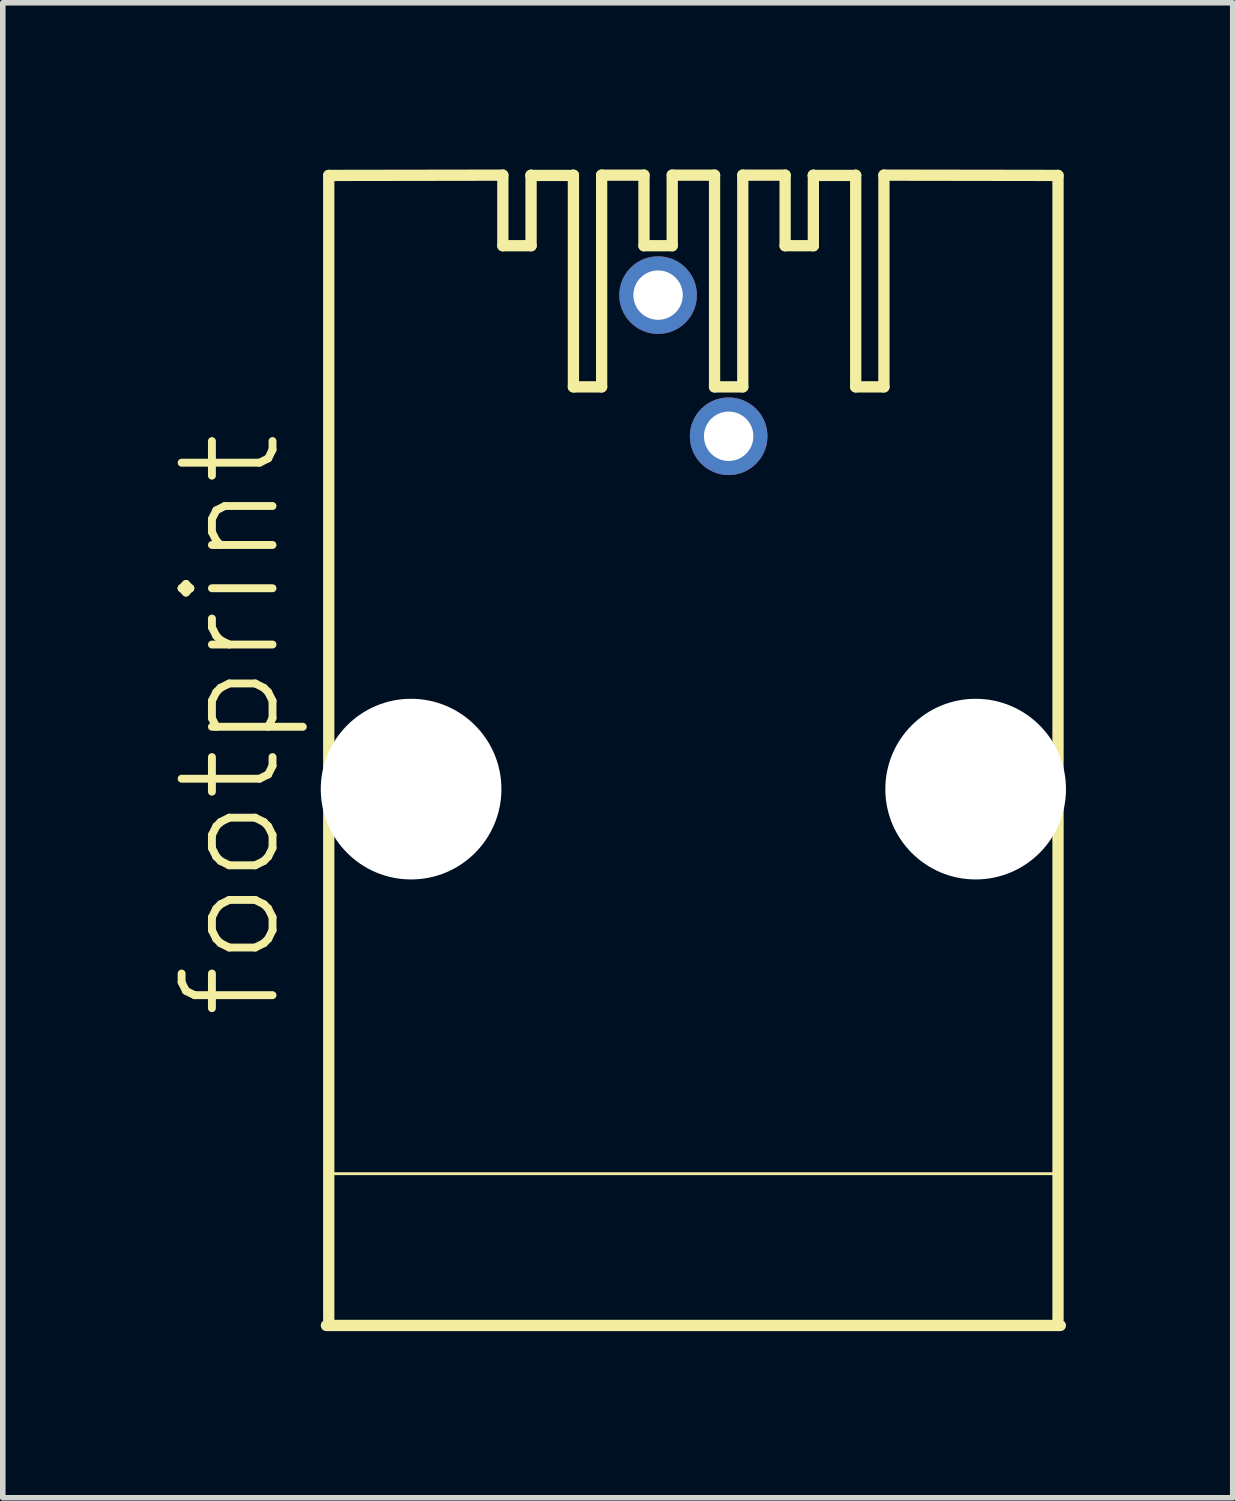
<source format=kicad_pcb>
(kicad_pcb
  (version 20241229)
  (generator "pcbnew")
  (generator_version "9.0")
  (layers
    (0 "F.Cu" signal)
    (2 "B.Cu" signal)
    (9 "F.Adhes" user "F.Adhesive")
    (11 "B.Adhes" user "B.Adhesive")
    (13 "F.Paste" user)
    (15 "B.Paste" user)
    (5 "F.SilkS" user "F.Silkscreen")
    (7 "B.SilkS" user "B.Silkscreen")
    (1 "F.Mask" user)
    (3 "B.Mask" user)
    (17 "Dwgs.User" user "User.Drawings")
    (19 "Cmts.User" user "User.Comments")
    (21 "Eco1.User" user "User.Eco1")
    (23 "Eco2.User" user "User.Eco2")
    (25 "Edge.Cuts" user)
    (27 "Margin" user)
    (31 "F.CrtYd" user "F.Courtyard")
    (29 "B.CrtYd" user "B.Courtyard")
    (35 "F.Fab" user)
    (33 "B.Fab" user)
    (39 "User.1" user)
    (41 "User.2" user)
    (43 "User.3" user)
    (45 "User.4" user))
  (footprint "footprint"
    (layer "F.Cu")
    (at 9.428 11.151)
    (property "Reference" "footprint" (at -7.366 4.191 90) (layer "F.SilkS") (effects (font (size 1.636 1.636) (thickness 0.142)) (justify left bottom)))
    (fp_line (start -6.562 -11.044) (end -3.429 -11.049) (stroke (width 0.203) (type solid)) (layer "F.SilkS"))
    (fp_line (start -6.562 9.538) (end -6.562 -11.044) (stroke (width 0.203) (type solid)) (layer "F.SilkS"))
    (fp_line (start -6.54 6.921) (end 6.54 6.921) (stroke (width 0.051) (type solid)) (layer "F.SilkS"))
    (fp_line (start -3.429 -11.049) (end -3.429 -9.779) (stroke (width 0.203) (type solid)) (layer "F.SilkS"))
    (fp_line (start -3.429 -9.779) (end -2.921 -9.779) (stroke (width 0.203) (type solid)) (layer "F.SilkS"))
    (fp_line (start -2.921 -11.049) (end -2.921 -11.044) (stroke (width 0.203) (type solid)) (layer "F.SilkS"))
    (fp_line (start -2.921 -11.044) (end -2.921 -9.779) (stroke (width 0.203) (type solid)) (layer "F.SilkS"))
    (fp_line (start -2.921 -11.044) (end -2.159 -11.044) (stroke (width 0.203) (type solid)) (layer "F.SilkS"))
    (fp_line (start -2.159 -11.049) (end -2.159 -11.044) (stroke (width 0.203) (type solid)) (layer "F.SilkS"))
    (fp_line (start -2.159 -11.044) (end -2.159 -7.239) (stroke (width 0.203) (type solid)) (layer "F.SilkS"))
    (fp_line (start -2.159 -7.239) (end -1.651 -7.239) (stroke (width 0.203) (type solid)) (layer "F.SilkS"))
    (fp_line (start -1.651 -11.049) (end -1.651 -7.239) (stroke (width 0.203) (type solid)) (layer "F.SilkS"))
    (fp_line (start -1.651 -11.049) (end -0.889 -11.049) (stroke (width 0.203) (type solid)) (layer "F.SilkS"))
    (fp_line (start -0.889 -11.049) (end -0.889 -9.779) (stroke (width 0.203) (type solid)) (layer "F.SilkS"))
    (fp_line (start -0.889 -9.779) (end -0.381 -9.779) (stroke (width 0.203) (type solid)) (layer "F.SilkS"))
    (fp_line (start -0.381 -11.049) (end -0.381 -9.779) (stroke (width 0.203) (type solid)) (layer "F.SilkS"))
    (fp_line (start -0.381 -11.049) (end 0.381 -11.049) (stroke (width 0.203) (type solid)) (layer "F.SilkS"))
    (fp_line (start 0.381 -11.049) (end 0.381 -7.239) (stroke (width 0.203) (type solid)) (layer "F.SilkS"))
    (fp_line (start 0.381 -7.239) (end 0.889 -7.239) (stroke (width 0.203) (type solid)) (layer "F.SilkS"))
    (fp_line (start 0.889 -11.049) (end 0.889 -7.239) (stroke (width 0.203) (type solid)) (layer "F.SilkS"))
    (fp_line (start 0.889 -11.049) (end 1.651 -11.049) (stroke (width 0.203) (type solid)) (layer "F.SilkS"))
    (fp_line (start 1.651 -11.049) (end 1.651 -9.779) (stroke (width 0.203) (type solid)) (layer "F.SilkS"))
    (fp_line (start 1.651 -9.779) (end 2.159 -9.779) (stroke (width 0.203) (type solid)) (layer "F.SilkS"))
    (fp_line (start 2.159 -11.049) (end 2.159 -11.044) (stroke (width 0.203) (type solid)) (layer "F.SilkS"))
    (fp_line (start 2.159 -11.044) (end 2.159 -9.779) (stroke (width 0.203) (type solid)) (layer "F.SilkS"))
    (fp_line (start 2.159 -11.044) (end 2.921 -11.044) (stroke (width 0.203) (type solid)) (layer "F.SilkS"))
    (fp_line (start 2.921 -11.049) (end 2.921 -7.239) (stroke (width 0.203) (type solid)) (layer "F.SilkS"))
    (fp_line (start 2.921 -7.239) (end 3.429 -7.239) (stroke (width 0.203) (type solid)) (layer "F.SilkS"))
    (fp_line (start 3.429 -11.049) (end 3.429 -7.239) (stroke (width 0.203) (type solid)) (layer "F.SilkS"))
    (fp_line (start 3.429 -11.049) (end 6.562 -11.044) (stroke (width 0.203) (type solid)) (layer "F.SilkS"))
    (fp_line (start 6.562 -11.044) (end 6.562 9.538) (stroke (width 0.203) (type solid)) (layer "F.SilkS"))
    (fp_line (start 6.604 9.652) (end -6.604 9.652) (stroke (width 0.203) (type solid)) (layer "F.SilkS"))
    (pad "" np_thru_hole circle (at -5.08 0) (size 3.251 3.251) (drill 3.251) (layers "*.Cu" "*.Mask"))
    (pad "" np_thru_hole circle (at 5.08 0) (size 3.251 3.251) (drill 3.251) (layers "*.Cu" "*.Mask"))
    (pad "1" thru_hole circle (at -0.635 -8.89) (size 1.397 1.397) (drill 0.889) (layers "*.Cu" "*.Mask"))
    (pad "2" thru_hole circle (at 0.635 -6.35) (size 1.397 1.397) (drill 0.889) (layers "*.Cu" "*.Mask")))
  (gr_rect
    (start -3 -3)
    (end 19.134 23.904)
    (stroke (width 0.1) (type default))
    (fill no)
    (layer "Edge.Cuts")))
</source>
